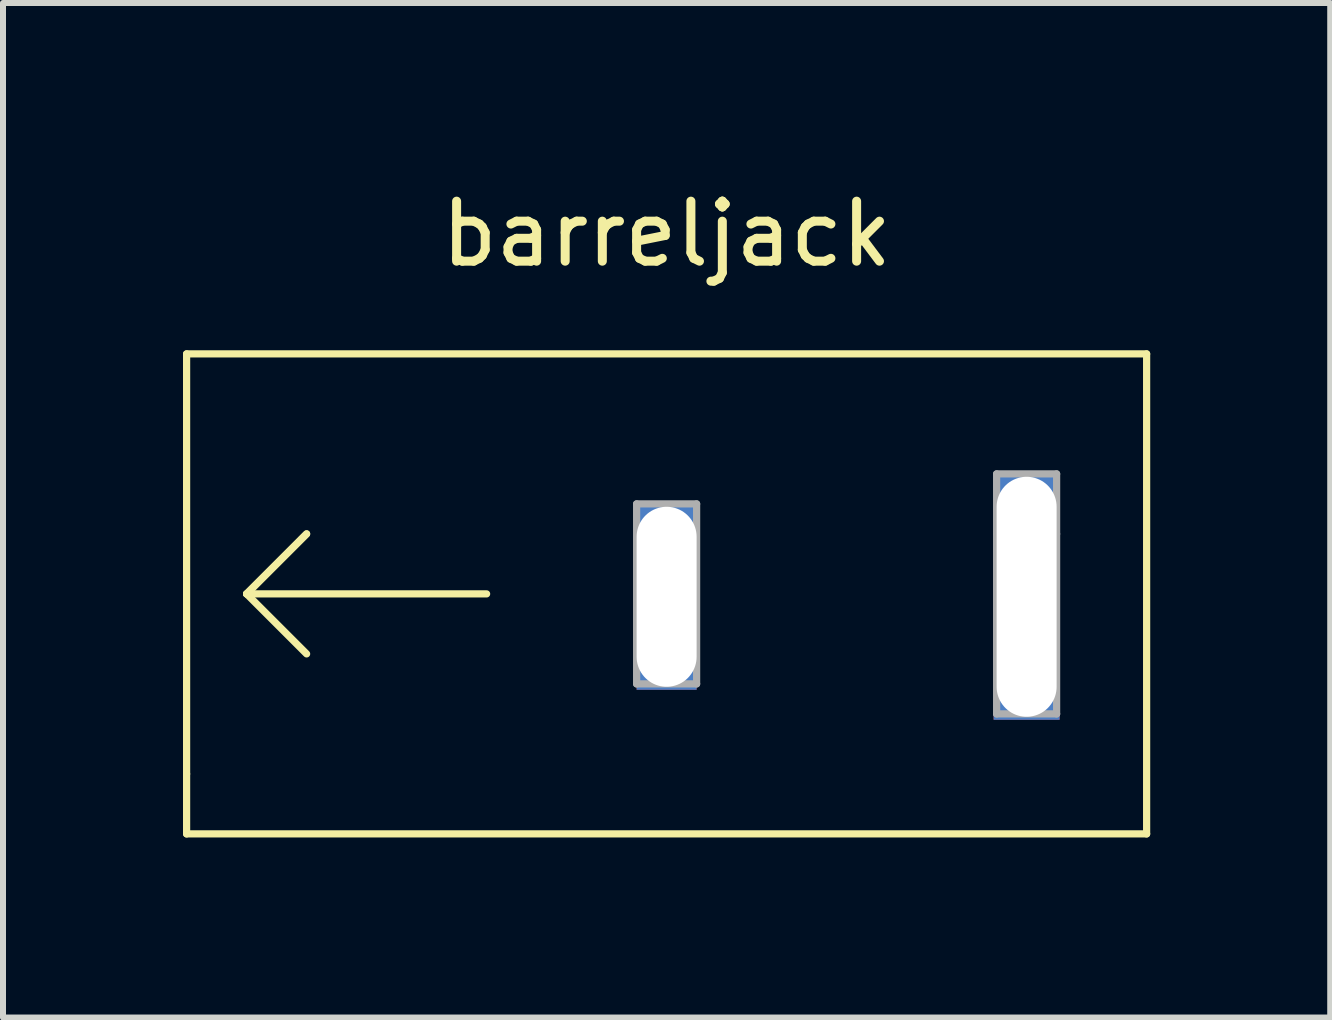
<source format=kicad_pcb>
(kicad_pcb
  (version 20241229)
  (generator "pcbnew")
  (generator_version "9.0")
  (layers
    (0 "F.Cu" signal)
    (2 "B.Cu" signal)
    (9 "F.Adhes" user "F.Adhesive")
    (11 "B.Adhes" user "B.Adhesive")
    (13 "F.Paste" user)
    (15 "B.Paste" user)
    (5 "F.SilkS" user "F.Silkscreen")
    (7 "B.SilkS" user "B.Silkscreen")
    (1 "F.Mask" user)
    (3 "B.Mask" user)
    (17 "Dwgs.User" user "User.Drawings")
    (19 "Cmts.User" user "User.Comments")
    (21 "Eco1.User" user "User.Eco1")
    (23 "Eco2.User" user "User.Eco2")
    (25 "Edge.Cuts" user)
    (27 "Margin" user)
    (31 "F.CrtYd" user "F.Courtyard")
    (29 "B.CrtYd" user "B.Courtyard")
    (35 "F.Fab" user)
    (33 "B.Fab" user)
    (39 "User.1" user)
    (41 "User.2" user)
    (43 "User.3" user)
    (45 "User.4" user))
  (footprint "barreljack"
    (layer "F.Cu")
    (at 8.06 3.848)
    (property "Reference" "barreljack" (at 0 -3 0) (layer "F.SilkS") (effects (font (size 1 1) (thickness 0.15))))
    (attr through_hole)
    (fp_line (start -8 -1) (end -8 6) (stroke (width 0.12) (type solid)) (layer "F.SilkS"))
    (fp_line (start -8 6) (end -8 7) (stroke (width 0.12) (type solid)) (layer "F.SilkS"))
    (fp_line (start -8 7) (end 8 7) (stroke (width 0.12) (type solid)) (layer "F.SilkS"))
    (fp_line (start -7 3) (end -6 2) (stroke (width 0.12) (type solid)) (layer "F.SilkS"))
    (fp_line (start -7 3) (end -6 4) (stroke (width 0.12) (type solid)) (layer "F.SilkS"))
    (fp_line (start -6 2) (end -7 3) (stroke (width 0.12) (type solid)) (layer "F.SilkS"))
    (fp_line (start -3 3) (end -7 3) (stroke (width 0.12) (type solid)) (layer "F.SilkS"))
    (fp_line (start 8 -1) (end -8 -1) (stroke (width 0.12) (type solid)) (layer "F.SilkS"))
    (fp_line (start 8 7) (end 8 -1) (stroke (width 0.12) (type solid)) (layer "F.SilkS"))
    (fp_line (start -0.5 1.5) (end 0.5 1.5) (stroke (width 0.12) (type solid)) (layer "F.Fab"))
    (fp_line (start -0.5 4.5) (end -0.5 1.5) (stroke (width 0.12) (type solid)) (layer "F.Fab"))
    (fp_line (start 0.5 1.5) (end 0.5 4.5) (stroke (width 0.12) (type solid)) (layer "F.Fab"))
    (fp_line (start 0.5 4.5) (end -0.5 4.5) (stroke (width 0.12) (type solid)) (layer "F.Fab"))
    (fp_line (start 5.5 1) (end 6.5 1) (stroke (width 0.12) (type solid)) (layer "F.Fab"))
    (fp_line (start 5.5 2) (end 5.5 1) (stroke (width 0.12) (type solid)) (layer "F.Fab"))
    (fp_line (start 5.5 5) (end 5.5 2) (stroke (width 0.12) (type solid)) (layer "F.Fab"))
    (fp_line (start 6.5 2) (end 6.5 1) (stroke (width 0.12) (type solid)) (layer "F.Fab"))
    (fp_line (start 6.5 2) (end 6.5 5) (stroke (width 0.12) (type solid)) (layer "F.Fab"))
    (fp_line (start 6.5 5) (end 5.5 5) (stroke (width 0.12) (type solid)) (layer "F.Fab"))
    (pad "1" thru_hole rect (at 0 3.048) (size 1 3.1) (drill oval 1 3) (layers "*.Cu" "*.Mask"))
    (pad "2" thru_hole rect (at 6 3.048) (size 1.1 4.1) (drill oval 1 4) (layers "*.Cu" "*.Mask")))
  (gr_rect
    (start -3 -3)
    (end 19.12 13.908)
    (stroke (width 0.1) (type default))
    (fill no)
    (layer "Edge.Cuts")))
</source>
